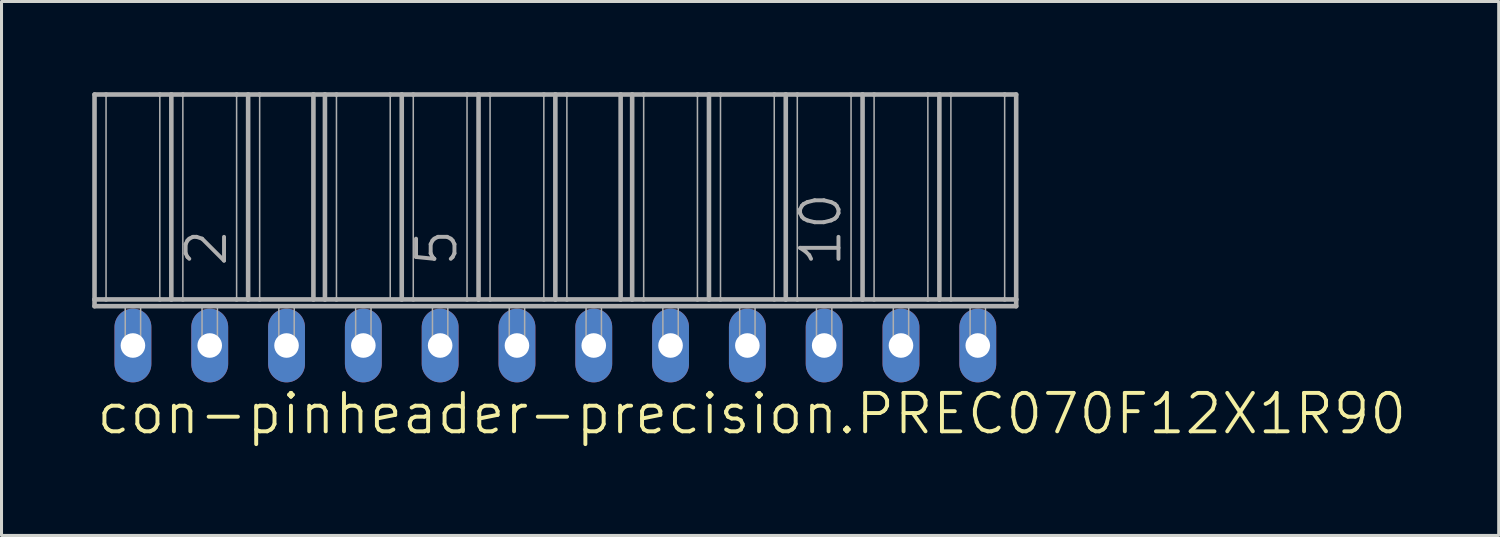
<source format=kicad_pcb>
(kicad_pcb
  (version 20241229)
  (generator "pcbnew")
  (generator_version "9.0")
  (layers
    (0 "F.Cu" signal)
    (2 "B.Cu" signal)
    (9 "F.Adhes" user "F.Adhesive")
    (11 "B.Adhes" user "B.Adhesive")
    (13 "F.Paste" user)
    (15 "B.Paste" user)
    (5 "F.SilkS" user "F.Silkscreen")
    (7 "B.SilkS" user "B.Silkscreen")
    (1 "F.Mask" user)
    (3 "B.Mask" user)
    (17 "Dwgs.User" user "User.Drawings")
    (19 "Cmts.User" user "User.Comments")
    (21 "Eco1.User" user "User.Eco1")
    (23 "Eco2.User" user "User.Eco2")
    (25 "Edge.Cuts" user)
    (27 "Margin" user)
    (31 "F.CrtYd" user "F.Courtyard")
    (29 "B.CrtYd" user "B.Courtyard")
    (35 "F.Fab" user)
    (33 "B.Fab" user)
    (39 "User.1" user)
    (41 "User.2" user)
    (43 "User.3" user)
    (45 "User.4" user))
  (footprint "con-pinheader-precision.PREC070F12X1R90"
    (layer "F.Cu")
    (at 15.316 8.376)
    (property "Reference" "con-pinheader-precision.PREC070F12X1R90" (at -15.24 3 0) (layer "F.SilkS") (effects (font (size 1.27 1.27) (thickness 0.13)) (justify left bottom)))
    (attr through_hole)
    (fp_line (start -15.24 -8.3) (end -15.24 -1.524) (stroke (width 0.152) (type default)) (layer "F.Fab"))
    (fp_line (start -15.24 -8.3) (end -14.859 -8.3) (stroke (width 0.152) (type default)) (layer "F.Fab"))
    (fp_line (start -15.24 -1.524) (end -14.859 -1.524) (stroke (width 0.152) (type default)) (layer "F.Fab"))
    (fp_line (start -15.24 -1.3) (end -15.24 -1.524) (stroke (width 0.152) (type default)) (layer "F.Fab"))
    (fp_line (start -15.24 -1.3) (end 15.24 -1.3) (stroke (width 0.152) (type default)) (layer "F.Fab"))
    (fp_line (start -14.859 -8.3) (end -14.859 -1.524) (stroke (width 0.051) (type default)) (layer "F.Fab"))
    (fp_line (start -14.859 -8.3) (end -13.081 -8.3) (stroke (width 0.152) (type default)) (layer "F.Fab"))
    (fp_line (start -14.859 -1.524) (end -13.081 -1.524) (stroke (width 0.152) (type default)) (layer "F.Fab"))
    (fp_line (start -13.081 -8.3) (end -13.081 -1.524) (stroke (width 0.051) (type default)) (layer "F.Fab"))
    (fp_line (start -13.081 -8.3) (end -12.7 -8.3) (stroke (width 0.152) (type default)) (layer "F.Fab"))
    (fp_line (start -13.081 -1.524) (end -12.7 -1.524) (stroke (width 0.152) (type default)) (layer "F.Fab"))
    (fp_line (start -12.7 -8.3) (end -12.7 -1.524) (stroke (width 0.152) (type default)) (layer "F.Fab"))
    (fp_line (start -12.7 -8.3) (end -12.319 -8.3) (stroke (width 0.152) (type default)) (layer "F.Fab"))
    (fp_line (start -12.7 -1.524) (end -12.319 -1.524) (stroke (width 0.152) (type default)) (layer "F.Fab"))
    (fp_line (start -12.319 -8.3) (end -12.319 -1.524) (stroke (width 0.051) (type default)) (layer "F.Fab"))
    (fp_line (start -12.319 -8.3) (end -10.541 -8.3) (stroke (width 0.152) (type default)) (layer "F.Fab"))
    (fp_line (start -12.319 -1.524) (end -10.541 -1.524) (stroke (width 0.152) (type default)) (layer "F.Fab"))
    (fp_line (start -10.541 -8.3) (end -10.541 -1.524) (stroke (width 0.051) (type default)) (layer "F.Fab"))
    (fp_line (start -10.541 -8.3) (end -10.16 -8.3) (stroke (width 0.152) (type default)) (layer "F.Fab"))
    (fp_line (start -10.541 -1.524) (end -10.16 -1.524) (stroke (width 0.152) (type default)) (layer "F.Fab"))
    (fp_line (start -10.16 -8.3) (end -10.16 -1.524) (stroke (width 0.152) (type default)) (layer "F.Fab"))
    (fp_line (start -10.16 -8.3) (end -9.779 -8.3) (stroke (width 0.152) (type default)) (layer "F.Fab"))
    (fp_line (start -10.16 -1.524) (end -9.779 -1.524) (stroke (width 0.152) (type default)) (layer "F.Fab"))
    (fp_line (start -9.779 -8.3) (end -9.779 -1.524) (stroke (width 0.051) (type default)) (layer "F.Fab"))
    (fp_line (start -9.779 -8.3) (end -8.001 -8.3) (stroke (width 0.152) (type default)) (layer "F.Fab"))
    (fp_line (start -9.779 -1.524) (end -8.001 -1.524) (stroke (width 0.152) (type default)) (layer "F.Fab"))
    (fp_line (start -8.001 -8.3) (end -8.001 -1.524) (stroke (width 0.152) (type default)) (layer "F.Fab"))
    (fp_line (start -8.001 -8.3) (end -7.62 -8.3) (stroke (width 0.152) (type default)) (layer "F.Fab"))
    (fp_line (start -8.001 -1.524) (end -7.62 -1.524) (stroke (width 0.152) (type default)) (layer "F.Fab"))
    (fp_line (start -7.62 -8.3) (end -7.62 -1.524) (stroke (width 0.152) (type default)) (layer "F.Fab"))
    (fp_line (start -7.62 -8.3) (end -7.239 -8.3) (stroke (width 0.152) (type default)) (layer "F.Fab"))
    (fp_line (start -7.62 -1.524) (end -7.239 -1.524) (stroke (width 0.152) (type default)) (layer "F.Fab"))
    (fp_line (start -7.239 -8.3) (end -7.239 -1.524) (stroke (width 0.051) (type default)) (layer "F.Fab"))
    (fp_line (start -7.239 -8.3) (end -5.461 -8.3) (stroke (width 0.152) (type default)) (layer "F.Fab"))
    (fp_line (start -7.239 -1.524) (end -5.08 -1.524) (stroke (width 0.152) (type default)) (layer "F.Fab"))
    (fp_line (start -5.461 -8.3) (end -5.461 -1.524) (stroke (width 0.051) (type default)) (layer "F.Fab"))
    (fp_line (start -5.461 -8.3) (end -5.08 -8.3) (stroke (width 0.152) (type default)) (layer "F.Fab"))
    (fp_line (start -5.08 -8.3) (end -5.08 -1.524) (stroke (width 0.152) (type default)) (layer "F.Fab"))
    (fp_line (start -5.08 -8.3) (end -4.699 -8.3) (stroke (width 0.152) (type default)) (layer "F.Fab"))
    (fp_line (start -5.08 -1.524) (end -4.699 -1.524) (stroke (width 0.152) (type default)) (layer "F.Fab"))
    (fp_line (start -4.699 -8.3) (end -4.699 -1.524) (stroke (width 0.051) (type default)) (layer "F.Fab"))
    (fp_line (start -4.699 -8.3) (end -2.921 -8.3) (stroke (width 0.152) (type default)) (layer "F.Fab"))
    (fp_line (start -4.699 -1.524) (end -2.921 -1.524) (stroke (width 0.152) (type default)) (layer "F.Fab"))
    (fp_line (start -2.921 -8.3) (end -2.921 -1.524) (stroke (width 0.051) (type default)) (layer "F.Fab"))
    (fp_line (start -2.921 -8.3) (end -2.54 -8.3) (stroke (width 0.152) (type default)) (layer "F.Fab"))
    (fp_line (start -2.921 -1.524) (end -2.54 -1.524) (stroke (width 0.152) (type default)) (layer "F.Fab"))
    (fp_line (start -2.54 -8.3) (end -2.159 -8.3) (stroke (width 0.152) (type default)) (layer "F.Fab"))
    (fp_line (start -2.54 -1.524) (end -2.54 -8.3) (stroke (width 0.152) (type default)) (layer "F.Fab"))
    (fp_line (start -2.54 -1.524) (end -2.159 -1.524) (stroke (width 0.152) (type default)) (layer "F.Fab"))
    (fp_line (start -2.159 -8.3) (end -2.159 -1.524) (stroke (width 0.051) (type default)) (layer "F.Fab"))
    (fp_line (start -2.159 -8.3) (end -0.381 -8.3) (stroke (width 0.152) (type default)) (layer "F.Fab"))
    (fp_line (start -2.159 -1.524) (end -0.381 -1.524) (stroke (width 0.152) (type default)) (layer "F.Fab"))
    (fp_line (start -0.381 -8.3) (end -0.381 -1.524) (stroke (width 0.051) (type default)) (layer "F.Fab"))
    (fp_line (start -0.381 -8.3) (end 0 -8.3) (stroke (width 0.152) (type default)) (layer "F.Fab"))
    (fp_line (start -0.381 -1.524) (end 0 -1.524) (stroke (width 0.152) (type default)) (layer "F.Fab"))
    (fp_line (start 0 -8.3) (end 0 -1.524) (stroke (width 0.152) (type default)) (layer "F.Fab"))
    (fp_line (start 0 -8.3) (end 0.381 -8.3) (stroke (width 0.152) (type default)) (layer "F.Fab"))
    (fp_line (start 0 -1.524) (end 0.381 -1.524) (stroke (width 0.152) (type default)) (layer "F.Fab"))
    (fp_line (start 0.381 -8.3) (end 0.381 -1.524) (stroke (width 0.051) (type default)) (layer "F.Fab"))
    (fp_line (start 0.381 -8.3) (end 2.159 -8.3) (stroke (width 0.152) (type default)) (layer "F.Fab"))
    (fp_line (start 0.381 -1.524) (end 2.159 -1.524) (stroke (width 0.152) (type default)) (layer "F.Fab"))
    (fp_line (start 2.159 -8.3) (end 2.159 -1.524) (stroke (width 0.152) (type default)) (layer "F.Fab"))
    (fp_line (start 2.159 -8.3) (end 2.54 -8.3) (stroke (width 0.152) (type default)) (layer "F.Fab"))
    (fp_line (start 2.159 -1.524) (end 2.54 -1.524) (stroke (width 0.152) (type default)) (layer "F.Fab"))
    (fp_line (start 2.54 -8.3) (end 2.54 -1.524) (stroke (width 0.152) (type default)) (layer "F.Fab"))
    (fp_line (start 2.54 -8.3) (end 2.921 -8.3) (stroke (width 0.152) (type default)) (layer "F.Fab"))
    (fp_line (start 2.54 -1.524) (end 2.921 -1.524) (stroke (width 0.152) (type default)) (layer "F.Fab"))
    (fp_line (start 2.921 -8.3) (end 2.921 -1.524) (stroke (width 0.051) (type default)) (layer "F.Fab"))
    (fp_line (start 2.921 -8.3) (end 4.699 -8.3) (stroke (width 0.152) (type default)) (layer "F.Fab"))
    (fp_line (start 2.921 -1.524) (end 4.699 -1.524) (stroke (width 0.152) (type default)) (layer "F.Fab"))
    (fp_line (start 4.699 -8.3) (end 4.699 -1.524) (stroke (width 0.051) (type default)) (layer "F.Fab"))
    (fp_line (start 4.699 -8.3) (end 5.08 -8.3) (stroke (width 0.152) (type default)) (layer "F.Fab"))
    (fp_line (start 4.699 -1.524) (end 5.08 -1.524) (stroke (width 0.152) (type default)) (layer "F.Fab"))
    (fp_line (start 5.08 -8.3) (end 5.08 -1.524) (stroke (width 0.152) (type default)) (layer "F.Fab"))
    (fp_line (start 5.08 -8.3) (end 5.461 -8.3) (stroke (width 0.152) (type default)) (layer "F.Fab"))
    (fp_line (start 5.08 -1.524) (end 5.461 -1.524) (stroke (width 0.152) (type default)) (layer "F.Fab"))
    (fp_line (start 5.461 -8.3) (end 5.461 -1.524) (stroke (width 0.051) (type default)) (layer "F.Fab"))
    (fp_line (start 5.461 -8.3) (end 7.239 -8.3) (stroke (width 0.152) (type default)) (layer "F.Fab"))
    (fp_line (start 5.461 -1.524) (end 7.239 -1.524) (stroke (width 0.152) (type default)) (layer "F.Fab"))
    (fp_line (start 7.239 -8.3) (end 7.239 -1.524) (stroke (width 0.051) (type default)) (layer "F.Fab"))
    (fp_line (start 7.239 -8.3) (end 7.62 -8.3) (stroke (width 0.152) (type default)) (layer "F.Fab"))
    (fp_line (start 7.239 -1.524) (end 7.62 -1.524) (stroke (width 0.152) (type default)) (layer "F.Fab"))
    (fp_line (start 7.62 -8.3) (end 7.62 -1.524) (stroke (width 0.152) (type default)) (layer "F.Fab"))
    (fp_line (start 7.62 -8.3) (end 8.001 -8.3) (stroke (width 0.152) (type default)) (layer "F.Fab"))
    (fp_line (start 7.62 -1.524) (end 8.001 -1.524) (stroke (width 0.152) (type default)) (layer "F.Fab"))
    (fp_line (start 8.001 -8.3) (end 8.001 -1.524) (stroke (width 0.051) (type default)) (layer "F.Fab"))
    (fp_line (start 8.001 -8.3) (end 9.779 -8.3) (stroke (width 0.152) (type default)) (layer "F.Fab"))
    (fp_line (start 8.001 -1.524) (end 9.779 -1.524) (stroke (width 0.152) (type default)) (layer "F.Fab"))
    (fp_line (start 9.779 -8.3) (end 9.779 -1.524) (stroke (width 0.051) (type default)) (layer "F.Fab"))
    (fp_line (start 9.779 -8.3) (end 10.16 -8.3) (stroke (width 0.152) (type default)) (layer "F.Fab"))
    (fp_line (start 9.779 -1.524) (end 10.16 -1.524) (stroke (width 0.152) (type default)) (layer "F.Fab"))
    (fp_line (start 10.16 -8.3) (end 10.16 -1.524) (stroke (width 0.152) (type default)) (layer "F.Fab"))
    (fp_line (start 10.16 -8.3) (end 10.541 -8.3) (stroke (width 0.152) (type default)) (layer "F.Fab"))
    (fp_line (start 10.16 -1.524) (end 10.541 -1.524) (stroke (width 0.152) (type default)) (layer "F.Fab"))
    (fp_line (start 10.541 -8.3) (end 10.541 -1.524) (stroke (width 0.051) (type default)) (layer "F.Fab"))
    (fp_line (start 10.541 -8.3) (end 12.319 -8.3) (stroke (width 0.152) (type default)) (layer "F.Fab"))
    (fp_line (start 10.541 -1.524) (end 12.319 -1.524) (stroke (width 0.152) (type default)) (layer "F.Fab"))
    (fp_line (start 12.319 -8.3) (end 12.319 -1.524) (stroke (width 0.051) (type default)) (layer "F.Fab"))
    (fp_line (start 12.319 -8.3) (end 12.7 -8.3) (stroke (width 0.152) (type default)) (layer "F.Fab"))
    (fp_line (start 12.319 -1.524) (end 12.7 -1.524) (stroke (width 0.152) (type default)) (layer "F.Fab"))
    (fp_line (start 12.7 -8.3) (end 12.7 -1.524) (stroke (width 0.152) (type default)) (layer "F.Fab"))
    (fp_line (start 12.7 -8.3) (end 13.081 -8.3) (stroke (width 0.152) (type default)) (layer "F.Fab"))
    (fp_line (start 12.7 -1.524) (end 13.081 -1.524) (stroke (width 0.152) (type default)) (layer "F.Fab"))
    (fp_line (start 13.081 -8.3) (end 13.081 -1.524) (stroke (width 0.051) (type default)) (layer "F.Fab"))
    (fp_line (start 13.081 -8.3) (end 14.859 -8.3) (stroke (width 0.152) (type default)) (layer "F.Fab"))
    (fp_line (start 13.081 -1.524) (end 14.859 -1.524) (stroke (width 0.152) (type default)) (layer "F.Fab"))
    (fp_line (start 14.859 -8.3) (end 14.859 -1.524) (stroke (width 0.051) (type default)) (layer "F.Fab"))
    (fp_line (start 14.859 -8.3) (end 15.24 -8.3) (stroke (width 0.152) (type default)) (layer "F.Fab"))
    (fp_line (start 14.859 -1.524) (end 15.24 -1.524) (stroke (width 0.152) (type default)) (layer "F.Fab"))
    (fp_line (start 15.24 -8.3) (end 15.24 -1.524) (stroke (width 0.152) (type default)) (layer "F.Fab"))
    (fp_line (start 15.24 -1.524) (end 15.24 -1.3) (stroke (width 0.152) (type default)) (layer "F.Fab"))
    (fp_rect (start -14.224 0) (end -13.716 -1.3) (stroke (width 0.05) (type default)) (fill no) (layer "F.Fab"))
    (fp_rect (start -11.684 0) (end -11.176 -1.3) (stroke (width 0.05) (type default)) (fill no) (layer "F.Fab"))
    (fp_rect (start -9.144 0) (end -8.636 -1.3) (stroke (width 0.05) (type default)) (fill no) (layer "F.Fab"))
    (fp_rect (start -6.604 0) (end -6.096 -1.3) (stroke (width 0.05) (type default)) (fill no) (layer "F.Fab"))
    (fp_rect (start -4.064 0) (end -3.556 -1.3) (stroke (width 0.05) (type default)) (fill no) (layer "F.Fab"))
    (fp_rect (start -1.524 0) (end -1.016 -1.3) (stroke (width 0.05) (type default)) (fill no) (layer "F.Fab"))
    (fp_rect (start 1.016 0) (end 1.524 -1.3) (stroke (width 0.05) (type default)) (fill no) (layer "F.Fab"))
    (fp_rect (start 3.556 0) (end 4.064 -1.3) (stroke (width 0.05) (type default)) (fill no) (layer "F.Fab"))
    (fp_rect (start 6.096 0) (end 6.604 -1.3) (stroke (width 0.05) (type default)) (fill no) (layer "F.Fab"))
    (fp_rect (start 8.636 0) (end 9.144 -1.3) (stroke (width 0.05) (type default)) (fill no) (layer "F.Fab"))
    (fp_rect (start 11.176 0) (end 11.684 -1.3) (stroke (width 0.05) (type default)) (fill no) (layer "F.Fab"))
    (fp_rect (start 13.716 0) (end 14.224 -1.3) (stroke (width 0.05) (type default)) (fill no) (layer "F.Fab"))
    (fp_text user "5" (at -3.175 -2.54 90) (layer "F.Fab") (effects (font (size 1.27 1.27) (thickness 0.13)) (justify left bottom)))
    (fp_text user "10" (at 9.525 -2.54 90) (layer "F.Fab") (effects (font (size 1.27 1.27) (thickness 0.13)) (justify left bottom)))
    (fp_text user "2" (at -10.795 -2.54 90) (layer "F.Fab") (effects (font (size 1.27 1.27) (thickness 0.13)) (justify left bottom)))
    (pad "1" thru_hole oval (at -13.97 0 90) (size 2.438 1.219) (drill 0.813) (layers "*.Cu" "*.Mask"))
    (pad "2" thru_hole oval (at -11.43 0 90) (size 2.438 1.219) (drill 0.813) (layers "*.Cu" "*.Mask"))
    (pad "3" thru_hole oval (at -8.89 0 90) (size 2.438 1.219) (drill 0.813) (layers "*.Cu" "*.Mask"))
    (pad "4" thru_hole oval (at -6.35 0 90) (size 2.438 1.219) (drill 0.813) (layers "*.Cu" "*.Mask"))
    (pad "5" thru_hole oval (at -3.81 0 90) (size 2.438 1.219) (drill 0.813) (layers "*.Cu" "*.Mask"))
    (pad "6" thru_hole oval (at -1.27 0 90) (size 2.438 1.219) (drill 0.813) (layers "*.Cu" "*.Mask"))
    (pad "7" thru_hole oval (at 1.27 0 90) (size 2.438 1.219) (drill 0.813) (layers "*.Cu" "*.Mask"))
    (pad "8" thru_hole oval (at 3.81 0 90) (size 2.438 1.219) (drill 0.813) (layers "*.Cu" "*.Mask"))
    (pad "9" thru_hole oval (at 6.35 0 90) (size 2.438 1.219) (drill 0.813) (layers "*.Cu" "*.Mask"))
    (pad "10" thru_hole oval (at 8.89 0 90) (size 2.438 1.219) (drill 0.813) (layers "*.Cu" "*.Mask"))
    (pad "11" thru_hole oval (at 11.43 0 90) (size 2.438 1.219) (drill 0.813) (layers "*.Cu" "*.Mask"))
    (pad "12" thru_hole oval (at 13.97 0 90) (size 2.438 1.219) (drill 0.813) (layers "*.Cu" "*.Mask")))
  (gr_rect
    (start -3 -3)
    (end 46.513 14.658)
    (stroke (width 0.1) (type default))
    (fill no)
    (layer "Edge.Cuts")))
</source>
